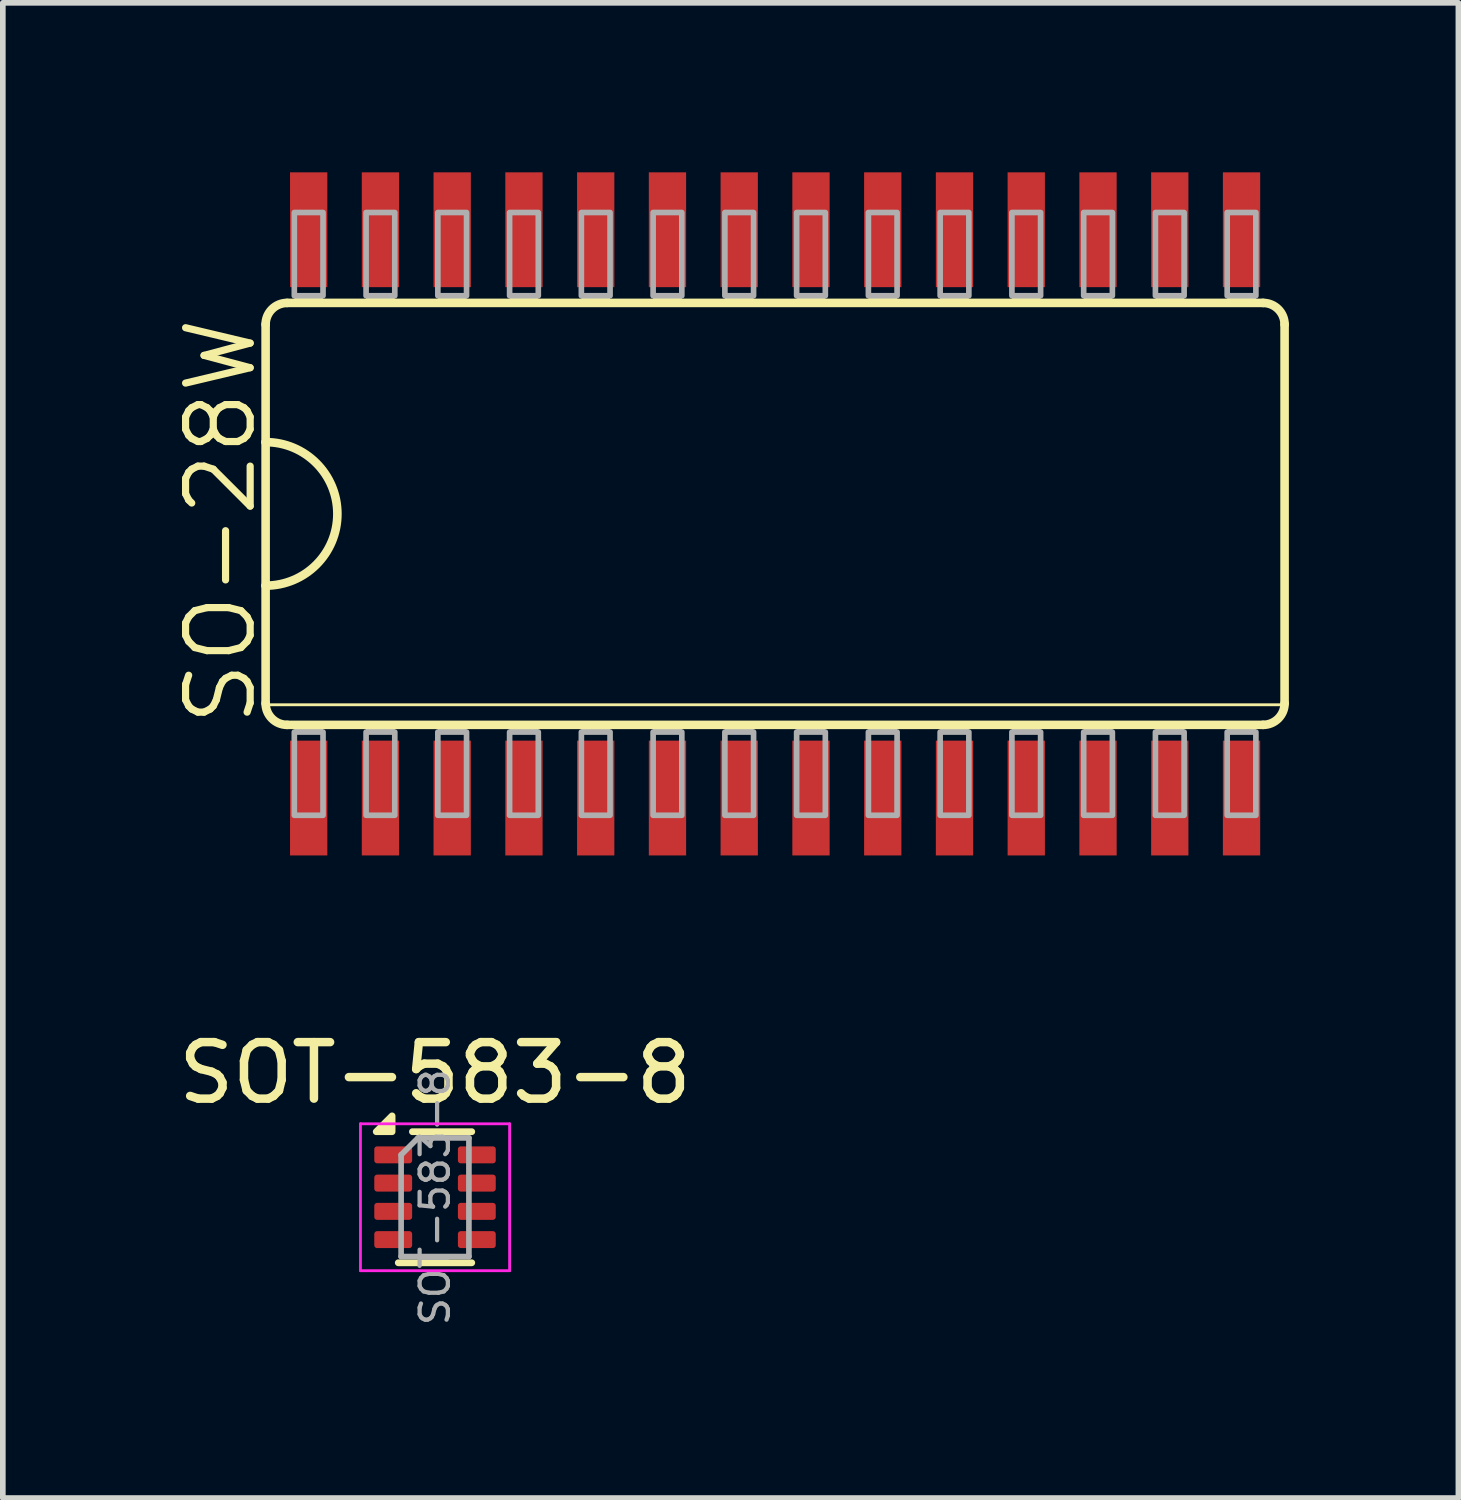
<source format=kicad_pcb>
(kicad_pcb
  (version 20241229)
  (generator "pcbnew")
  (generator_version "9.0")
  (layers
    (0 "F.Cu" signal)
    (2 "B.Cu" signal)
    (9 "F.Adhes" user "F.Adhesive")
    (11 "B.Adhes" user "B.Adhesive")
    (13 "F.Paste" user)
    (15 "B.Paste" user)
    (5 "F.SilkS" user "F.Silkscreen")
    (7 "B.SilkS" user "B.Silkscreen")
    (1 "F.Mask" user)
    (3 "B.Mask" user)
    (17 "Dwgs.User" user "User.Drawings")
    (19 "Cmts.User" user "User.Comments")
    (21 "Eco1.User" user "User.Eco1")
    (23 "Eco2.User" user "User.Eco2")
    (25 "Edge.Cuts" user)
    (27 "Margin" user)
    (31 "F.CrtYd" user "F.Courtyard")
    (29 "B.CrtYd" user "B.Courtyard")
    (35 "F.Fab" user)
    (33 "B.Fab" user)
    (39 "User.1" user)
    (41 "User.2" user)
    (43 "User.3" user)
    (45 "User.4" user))
  (footprint "SO-28W"
    (layer "F.Cu")
    (at 10.668 6.045)
    (property "Reference" "SO-28W" (at -9.144 3.81 90) (layer "F.SilkS") (effects (font (size 1.143 1.143) (thickness 0.127)) (justify left bottom)))
    (fp_line (start -9.017 -3.353) (end -9.017 -1.27) (stroke (width 0.152) (type solid)) (layer "F.SilkS"))
    (fp_line (start -9.017 -1.27) (end -9.017 1.27) (stroke (width 0.152) (type solid)) (layer "F.SilkS"))
    (fp_line (start -9.017 1.27) (end -9.017 3.353) (stroke (width 0.152) (type solid)) (layer "F.SilkS"))
    (fp_line (start -9.017 3.378) (end 9.017 3.378) (stroke (width 0.051) (type solid)) (layer "F.SilkS"))
    (fp_line (start -8.636 3.734) (end 8.636 3.734) (stroke (width 0.152) (type solid)) (layer "F.SilkS"))
    (fp_line (start 8.636 -3.734) (end -8.636 -3.734) (stroke (width 0.152) (type solid)) (layer "F.SilkS"))
    (fp_line (start 9.017 3.353) (end 9.017 -3.353) (stroke (width 0.152) (type solid)) (layer "F.SilkS"))
    (fp_arc (start -9.017 -3.3528) (mid -8.905408 -3.622208) (end -8.636 -3.7338) (stroke (width 0.1524) (type solid)) (layer "F.SilkS"))
    (fp_arc (start -9.017 -1.27) (mid -7.747 0) (end -9.017 1.27) (stroke (width 0.1524) (type solid)) (layer "F.SilkS"))
    (fp_arc (start -8.636 3.7338) (mid -8.905408 3.622208) (end -9.017 3.3528) (stroke (width 0.1524) (type solid)) (layer "F.SilkS"))
    (fp_arc (start 8.636 -3.7338) (mid 8.905408 -3.622208) (end 9.017 -3.3528) (stroke (width 0.1524) (type solid)) (layer "F.SilkS"))
    (fp_arc (start 9.017 3.3528) (mid 8.905408 3.622208) (end 8.636 3.7338) (stroke (width 0.1524) (type solid)) (layer "F.SilkS"))
    (fp_poly (pts (xy -8.509 -3.734) (xy -8.001 -3.734) (xy -8.001 -3.861) (xy -8.509 -3.861)) (stroke (width 0) (type default)) (fill yes) (layer "F.SilkS"))
    (fp_poly (pts (xy -8.509 3.861) (xy -8.001 3.861) (xy -8.001 3.734) (xy -8.509 3.734)) (stroke (width 0) (type default)) (fill yes) (layer "F.SilkS"))
    (fp_poly (pts (xy -7.239 -3.734) (xy -6.731 -3.734) (xy -6.731 -3.861) (xy -7.239 -3.861)) (stroke (width 0) (type default)) (fill yes) (layer "F.SilkS"))
    (fp_poly (pts (xy -7.239 3.861) (xy -6.731 3.861) (xy -6.731 3.734) (xy -7.239 3.734)) (stroke (width 0) (type default)) (fill yes) (layer "F.SilkS"))
    (fp_poly (pts (xy -5.969 -3.734) (xy -5.461 -3.734) (xy -5.461 -3.861) (xy -5.969 -3.861)) (stroke (width 0) (type default)) (fill yes) (layer "F.SilkS"))
    (fp_poly (pts (xy -5.969 3.861) (xy -5.461 3.861) (xy -5.461 3.734) (xy -5.969 3.734)) (stroke (width 0) (type default)) (fill yes) (layer "F.SilkS"))
    (fp_poly (pts (xy -4.699 -3.734) (xy -4.191 -3.734) (xy -4.191 -3.861) (xy -4.699 -3.861)) (stroke (width 0) (type default)) (fill yes) (layer "F.SilkS"))
    (fp_poly (pts (xy -4.699 3.861) (xy -4.191 3.861) (xy -4.191 3.734) (xy -4.699 3.734)) (stroke (width 0) (type default)) (fill yes) (layer "F.SilkS"))
    (fp_poly (pts (xy -3.429 -3.734) (xy -2.921 -3.734) (xy -2.921 -3.861) (xy -3.429 -3.861)) (stroke (width 0) (type default)) (fill yes) (layer "F.SilkS"))
    (fp_poly (pts (xy -3.429 3.861) (xy -2.921 3.861) (xy -2.921 3.734) (xy -3.429 3.734)) (stroke (width 0) (type default)) (fill yes) (layer "F.SilkS"))
    (fp_poly (pts (xy -2.159 -3.734) (xy -1.651 -3.734) (xy -1.651 -3.861) (xy -2.159 -3.861)) (stroke (width 0) (type default)) (fill yes) (layer "F.SilkS"))
    (fp_poly (pts (xy -2.159 3.861) (xy -1.651 3.861) (xy -1.651 3.734) (xy -2.159 3.734)) (stroke (width 0) (type default)) (fill yes) (layer "F.SilkS"))
    (fp_poly (pts (xy -0.889 -3.734) (xy -0.381 -3.734) (xy -0.381 -3.861) (xy -0.889 -3.861)) (stroke (width 0) (type default)) (fill yes) (layer "F.SilkS"))
    (fp_poly (pts (xy -0.889 3.861) (xy -0.381 3.861) (xy -0.381 3.734) (xy -0.889 3.734)) (stroke (width 0) (type default)) (fill yes) (layer "F.SilkS"))
    (fp_poly (pts (xy 0.381 -3.734) (xy 0.889 -3.734) (xy 0.889 -3.861) (xy 0.381 -3.861)) (stroke (width 0) (type default)) (fill yes) (layer "F.SilkS"))
    (fp_poly (pts (xy 0.381 3.861) (xy 0.889 3.861) (xy 0.889 3.734) (xy 0.381 3.734)) (stroke (width 0) (type default)) (fill yes) (layer "F.SilkS"))
    (fp_poly (pts (xy 1.651 -3.734) (xy 2.159 -3.734) (xy 2.159 -3.861) (xy 1.651 -3.861)) (stroke (width 0) (type default)) (fill yes) (layer "F.SilkS"))
    (fp_poly (pts (xy 1.651 3.861) (xy 2.159 3.861) (xy 2.159 3.734) (xy 1.651 3.734)) (stroke (width 0) (type default)) (fill yes) (layer "F.SilkS"))
    (fp_poly (pts (xy 2.921 -3.734) (xy 3.429 -3.734) (xy 3.429 -3.861) (xy 2.921 -3.861)) (stroke (width 0) (type default)) (fill yes) (layer "F.SilkS"))
    (fp_poly (pts (xy 2.921 3.861) (xy 3.429 3.861) (xy 3.429 3.734) (xy 2.921 3.734)) (stroke (width 0) (type default)) (fill yes) (layer "F.SilkS"))
    (fp_poly (pts (xy 4.191 -3.734) (xy 4.699 -3.734) (xy 4.699 -3.861) (xy 4.191 -3.861)) (stroke (width 0) (type default)) (fill yes) (layer "F.SilkS"))
    (fp_poly (pts (xy 4.191 3.861) (xy 4.699 3.861) (xy 4.699 3.734) (xy 4.191 3.734)) (stroke (width 0) (type default)) (fill yes) (layer "F.SilkS"))
    (fp_poly (pts (xy 5.461 -3.734) (xy 5.969 -3.734) (xy 5.969 -3.861) (xy 5.461 -3.861)) (stroke (width 0) (type default)) (fill yes) (layer "F.SilkS"))
    (fp_poly (pts (xy 5.461 3.861) (xy 5.969 3.861) (xy 5.969 3.734) (xy 5.461 3.734)) (stroke (width 0) (type default)) (fill yes) (layer "F.SilkS"))
    (fp_poly (pts (xy 6.731 -3.734) (xy 7.239 -3.734) (xy 7.239 -3.861) (xy 6.731 -3.861)) (stroke (width 0) (type default)) (fill yes) (layer "F.SilkS"))
    (fp_poly (pts (xy 6.731 3.861) (xy 7.239 3.861) (xy 7.239 3.734) (xy 6.731 3.734)) (stroke (width 0) (type default)) (fill yes) (layer "F.SilkS"))
    (fp_poly (pts (xy 8.001 -3.734) (xy 8.509 -3.734) (xy 8.509 -3.861) (xy 8.001 -3.861)) (stroke (width 0) (type default)) (fill yes) (layer "F.SilkS"))
    (fp_poly (pts (xy 8.001 3.861) (xy 8.509 3.861) (xy 8.509 3.734) (xy 8.001 3.734)) (stroke (width 0) (type default)) (fill yes) (layer "F.SilkS"))
    (fp_poly (pts (xy -8.509 -3.861) (xy -8.001 -3.861) (xy -8.001 -5.334) (xy -8.509 -5.334)) (stroke (width 0.1) (type default)) (fill no) (layer "F.Fab"))
    (fp_poly (pts (xy -8.509 5.334) (xy -8.001 5.334) (xy -8.001 3.861) (xy -8.509 3.861)) (stroke (width 0.1) (type default)) (fill no) (layer "F.Fab"))
    (fp_poly (pts (xy -7.239 -3.861) (xy -6.731 -3.861) (xy -6.731 -5.334) (xy -7.239 -5.334)) (stroke (width 0.1) (type default)) (fill no) (layer "F.Fab"))
    (fp_poly (pts (xy -7.239 5.334) (xy -6.731 5.334) (xy -6.731 3.861) (xy -7.239 3.861)) (stroke (width 0.1) (type default)) (fill no) (layer "F.Fab"))
    (fp_poly (pts (xy -5.969 -3.861) (xy -5.461 -3.861) (xy -5.461 -5.334) (xy -5.969 -5.334)) (stroke (width 0.1) (type default)) (fill no) (layer "F.Fab"))
    (fp_poly (pts (xy -5.969 5.334) (xy -5.461 5.334) (xy -5.461 3.861) (xy -5.969 3.861)) (stroke (width 0.1) (type default)) (fill no) (layer "F.Fab"))
    (fp_poly (pts (xy -4.699 -3.861) (xy -4.191 -3.861) (xy -4.191 -5.334) (xy -4.699 -5.334)) (stroke (width 0.1) (type default)) (fill no) (layer "F.Fab"))
    (fp_poly (pts (xy -4.699 5.334) (xy -4.191 5.334) (xy -4.191 3.861) (xy -4.699 3.861)) (stroke (width 0.1) (type default)) (fill no) (layer "F.Fab"))
    (fp_poly (pts (xy -3.429 -3.861) (xy -2.921 -3.861) (xy -2.921 -5.334) (xy -3.429 -5.334)) (stroke (width 0.1) (type default)) (fill no) (layer "F.Fab"))
    (fp_poly (pts (xy -3.429 5.334) (xy -2.921 5.334) (xy -2.921 3.861) (xy -3.429 3.861)) (stroke (width 0.1) (type default)) (fill no) (layer "F.Fab"))
    (fp_poly (pts (xy -2.159 -3.861) (xy -1.651 -3.861) (xy -1.651 -5.334) (xy -2.159 -5.334)) (stroke (width 0.1) (type default)) (fill no) (layer "F.Fab"))
    (fp_poly (pts (xy -2.159 5.334) (xy -1.651 5.334) (xy -1.651 3.861) (xy -2.159 3.861)) (stroke (width 0.1) (type default)) (fill no) (layer "F.Fab"))
    (fp_poly (pts (xy -0.889 -3.861) (xy -0.381 -3.861) (xy -0.381 -5.334) (xy -0.889 -5.334)) (stroke (width 0.1) (type default)) (fill no) (layer "F.Fab"))
    (fp_poly (pts (xy -0.889 5.334) (xy -0.381 5.334) (xy -0.381 3.861) (xy -0.889 3.861)) (stroke (width 0.1) (type default)) (fill no) (layer "F.Fab"))
    (fp_poly (pts (xy 0.381 -3.861) (xy 0.889 -3.861) (xy 0.889 -5.334) (xy 0.381 -5.334)) (stroke (width 0.1) (type default)) (fill no) (layer "F.Fab"))
    (fp_poly (pts (xy 0.381 5.334) (xy 0.889 5.334) (xy 0.889 3.861) (xy 0.381 3.861)) (stroke (width 0.1) (type default)) (fill no) (layer "F.Fab"))
    (fp_poly (pts (xy 1.651 -3.861) (xy 2.159 -3.861) (xy 2.159 -5.334) (xy 1.651 -5.334)) (stroke (width 0.1) (type default)) (fill no) (layer "F.Fab"))
    (fp_poly (pts (xy 1.651 5.334) (xy 2.159 5.334) (xy 2.159 3.861) (xy 1.651 3.861)) (stroke (width 0.1) (type default)) (fill no) (layer "F.Fab"))
    (fp_poly (pts (xy 2.921 -3.861) (xy 3.429 -3.861) (xy 3.429 -5.334) (xy 2.921 -5.334)) (stroke (width 0.1) (type default)) (fill no) (layer "F.Fab"))
    (fp_poly (pts (xy 2.921 5.334) (xy 3.429 5.334) (xy 3.429 3.861) (xy 2.921 3.861)) (stroke (width 0.1) (type default)) (fill no) (layer "F.Fab"))
    (fp_poly (pts (xy 4.191 -3.861) (xy 4.699 -3.861) (xy 4.699 -5.334) (xy 4.191 -5.334)) (stroke (width 0.1) (type default)) (fill no) (layer "F.Fab"))
    (fp_poly (pts (xy 4.191 5.334) (xy 4.699 5.334) (xy 4.699 3.861) (xy 4.191 3.861)) (stroke (width 0.1) (type default)) (fill no) (layer "F.Fab"))
    (fp_poly (pts (xy 5.461 -3.861) (xy 5.969 -3.861) (xy 5.969 -5.334) (xy 5.461 -5.334)) (stroke (width 0.1) (type default)) (fill no) (layer "F.Fab"))
    (fp_poly (pts (xy 5.461 5.334) (xy 5.969 5.334) (xy 5.969 3.861) (xy 5.461 3.861)) (stroke (width 0.1) (type default)) (fill no) (layer "F.Fab"))
    (fp_poly (pts (xy 6.731 -3.861) (xy 7.239 -3.861) (xy 7.239 -5.334) (xy 6.731 -5.334)) (stroke (width 0.1) (type default)) (fill no) (layer "F.Fab"))
    (fp_poly (pts (xy 6.731 5.334) (xy 7.239 5.334) (xy 7.239 3.861) (xy 6.731 3.861)) (stroke (width 0.1) (type default)) (fill no) (layer "F.Fab"))
    (fp_poly (pts (xy 8.001 -3.861) (xy 8.509 -3.861) (xy 8.509 -5.334) (xy 8.001 -5.334)) (stroke (width 0.1) (type default)) (fill no) (layer "F.Fab"))
    (fp_poly (pts (xy 8.001 5.334) (xy 8.509 5.334) (xy 8.509 3.861) (xy 8.001 3.861)) (stroke (width 0.1) (type default)) (fill no) (layer "F.Fab"))
    (pad "1" smd rect (at -8.255 5.029) (size 0.66 2.032) (layers "F.Cu" "F.Mask" "F.Paste"))
    (pad "2" smd rect (at -6.985 5.029) (size 0.66 2.032) (layers "F.Cu" "F.Mask" "F.Paste"))
    (pad "3" smd rect (at -5.715 5.029) (size 0.66 2.032) (layers "F.Cu" "F.Mask" "F.Paste"))
    (pad "4" smd rect (at -4.445 5.029) (size 0.66 2.032) (layers "F.Cu" "F.Mask" "F.Paste"))
    (pad "5" smd rect (at -3.175 5.029) (size 0.66 2.032) (layers "F.Cu" "F.Mask" "F.Paste"))
    (pad "6" smd rect (at -1.905 5.029) (size 0.66 2.032) (layers "F.Cu" "F.Mask" "F.Paste"))
    (pad "7" smd rect (at -0.635 5.029) (size 0.66 2.032) (layers "F.Cu" "F.Mask" "F.Paste"))
    (pad "8" smd rect (at 0.635 5.029) (size 0.66 2.032) (layers "F.Cu" "F.Mask" "F.Paste"))
    (pad "9" smd rect (at 1.905 5.029) (size 0.66 2.032) (layers "F.Cu" "F.Mask" "F.Paste"))
    (pad "10" smd rect (at 3.175 5.029) (size 0.66 2.032) (layers "F.Cu" "F.Mask" "F.Paste"))
    (pad "11" smd rect (at 4.445 5.029) (size 0.66 2.032) (layers "F.Cu" "F.Mask" "F.Paste"))
    (pad "12" smd rect (at 5.715 5.029) (size 0.66 2.032) (layers "F.Cu" "F.Mask" "F.Paste"))
    (pad "13" smd rect (at 6.985 5.029) (size 0.66 2.032) (layers "F.Cu" "F.Mask" "F.Paste"))
    (pad "14" smd rect (at 8.255 5.029) (size 0.66 2.032) (layers "F.Cu" "F.Mask" "F.Paste"))
    (pad "15" smd rect (at 8.255 -5.029) (size 0.66 2.032) (layers "F.Cu" "F.Mask" "F.Paste"))
    (pad "16" smd rect (at 6.985 -5.029) (size 0.66 2.032) (layers "F.Cu" "F.Mask" "F.Paste"))
    (pad "17" smd rect (at 5.715 -5.029) (size 0.66 2.032) (layers "F.Cu" "F.Mask" "F.Paste"))
    (pad "18" smd rect (at 4.445 -5.029) (size 0.66 2.032) (layers "F.Cu" "F.Mask" "F.Paste"))
    (pad "19" smd rect (at 3.175 -5.029) (size 0.66 2.032) (layers "F.Cu" "F.Mask" "F.Paste"))
    (pad "20" smd rect (at 1.905 -5.029) (size 0.66 2.032) (layers "F.Cu" "F.Mask" "F.Paste"))
    (pad "21" smd rect (at 0.635 -5.029) (size 0.66 2.032) (layers "F.Cu" "F.Mask" "F.Paste"))
    (pad "22" smd rect (at -0.635 -5.029) (size 0.66 2.032) (layers "F.Cu" "F.Mask" "F.Paste"))
    (pad "23" smd rect (at -1.905 -5.029) (size 0.66 2.032) (layers "F.Cu" "F.Mask" "F.Paste"))
    (pad "24" smd rect (at -3.175 -5.029) (size 0.66 2.032) (layers "F.Cu" "F.Mask" "F.Paste"))
    (pad "25" smd rect (at -4.445 -5.029) (size 0.66 2.032) (layers "F.Cu" "F.Mask" "F.Paste"))
    (pad "26" smd rect (at -5.715 -5.029) (size 0.66 2.032) (layers "F.Cu" "F.Mask" "F.Paste"))
    (pad "27" smd rect (at -6.985 -5.029) (size 0.66 2.032) (layers "F.Cu" "F.Mask" "F.Paste"))
    (pad "28" smd rect (at -8.255 -5.029) (size 0.66 2.032) (layers "F.Cu" "F.Mask" "F.Paste")))
  (footprint "SOT-583-8"
    (layer "F.Cu")
    (at 4.649 18.139)
    (property "Reference" "SOT-583-8" (at 0 -2.2 0) (unlocked yes) (layer "F.SilkS") (effects (font (size 1 1) (thickness 0.15))))
    (attr smd)
    (fp_line (start 0.65 -1.16) (end -0.4 -1.16) (stroke (width 0.12) (type default)) (layer "F.SilkS"))
    (fp_line (start 0.65 1.16) (end -0.65 1.16) (stroke (width 0.12) (type default)) (layer "F.SilkS"))
    (fp_poly (pts (xy -0.76 -1.16) (xy -1.04 -1.16) (xy -0.76 -1.44) (xy -0.76 -1.16)) (stroke (width 0.12) (type solid)) (fill yes) (layer "F.SilkS"))
    (fp_line (start -1.32 -1.3) (end 1.32 -1.3) (stroke (width 0.05) (type default)) (layer "F.CrtYd"))
    (fp_line (start -1.32 1.3) (end -1.32 -1.3) (stroke (width 0.05) (type default)) (layer "F.CrtYd"))
    (fp_line (start 1.32 -1.3) (end 1.32 1.3) (stroke (width 0.05) (type default)) (layer "F.CrtYd"))
    (fp_line (start 1.32 1.3) (end -1.32 1.3) (stroke (width 0.05) (type default)) (layer "F.CrtYd"))
    (fp_line (start -0.6 -0.75) (end -0.6 1.05) (stroke (width 0.1) (type default)) (layer "F.Fab"))
    (fp_line (start -0.6 1.05) (end 0.6 1.05) (stroke (width 0.1) (type default)) (layer "F.Fab"))
    (fp_line (start -0.3 -1.05) (end -0.6 -0.75) (stroke (width 0.1) (type default)) (layer "F.Fab"))
    (fp_line (start 0.6 -1.05) (end -0.3 -1.05) (stroke (width 0.1) (type default)) (layer "F.Fab"))
    (fp_line (start 0.6 -1.05) (end 0.6 1.05) (stroke (width 0.1) (type default)) (layer "F.Fab"))
    (fp_text user "${REFERENCE}" (at 0 0 90) (unlocked yes) (layer "F.Fab") (effects (font (size 0.5 0.5) (thickness 0.075))))
    (pad "1" smd roundrect (at -0.74 -0.75) (size 0.67 0.3) (layers "F.Cu" "F.Mask" "F.Paste") (roundrect_rratio 0.167))
    (pad "2" smd roundrect (at -0.74 -0.25) (size 0.67 0.3) (layers "F.Cu" "F.Mask" "F.Paste") (roundrect_rratio 0.167))
    (pad "3" smd roundrect (at -0.74 0.25) (size 0.67 0.3) (layers "F.Cu" "F.Mask" "F.Paste") (roundrect_rratio 0.167))
    (pad "4" smd roundrect (at -0.74 0.75) (size 0.67 0.3) (layers "F.Cu" "F.Mask" "F.Paste") (roundrect_rratio 0.167))
    (pad "5" smd roundrect (at 0.74 0.75) (size 0.67 0.3) (layers "F.Cu" "F.Mask" "F.Paste") (roundrect_rratio 0.167))
    (pad "6" smd roundrect (at 0.74 0.25) (size 0.67 0.3) (layers "F.Cu" "F.Mask" "F.Paste") (roundrect_rratio 0.167))
    (pad "7" smd roundrect (at 0.74 -0.25) (size 0.67 0.3) (layers "F.Cu" "F.Mask" "F.Paste") (roundrect_rratio 0.167))
    (pad "8" smd roundrect (at 0.74 -0.75) (size 0.67 0.3) (layers "F.Cu" "F.Mask" "F.Paste") (roundrect_rratio 0.167)))
  (gr_rect
    (start -3 -3)
    (end 22.761 23.463)
    (stroke (width 0.1) (type default))
    (fill no)
    (layer "Edge.Cuts")))
</source>
